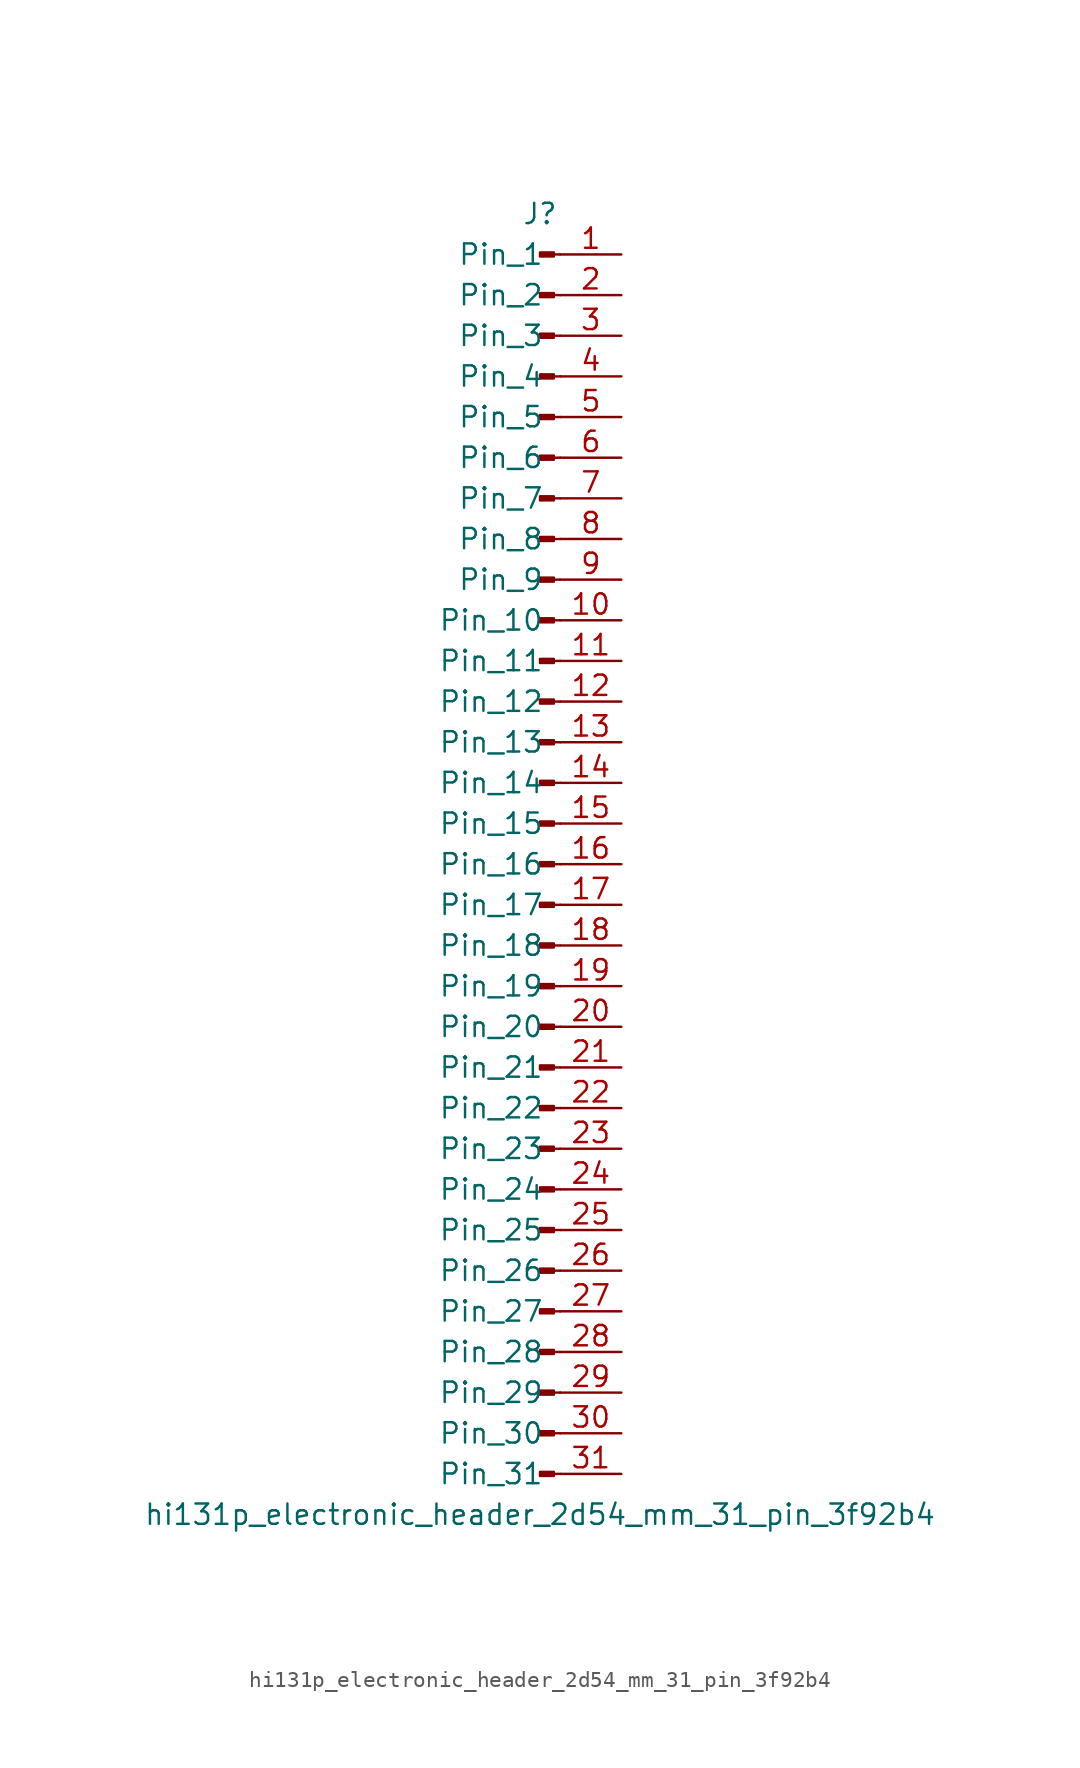
<source format=kicad_sym>
(kicad_symbol_lib
  (version 20220914)
  (generator kicad_symbol_editor)
  (symbol "hi131p_electronic_header_2d54_mm_31_pin_3f92b4"
    (pin_names
      (offset 1.016))
    (property "Reference" "J"
      (at 0 40.64 0)
      (effects (font (size 1.27 1.27))))
    (property "Value" "hi131p_electronic_header_2d54_mm_31_pin_3f92b4"
      (at 0 -40.64 0)
      (effects (font (size 1.27 1.27))))
    (property "ki_locked" ""
      (at 0 0 0)
      (effects (font (size 1.27 1.27))))
    (symbol "hi131p_electronic_header_2d54_mm_31_pin_3f92b4_1_1"
      (polyline (pts (xy 1.27 -38.1) (xy 0.864 -38.1)) (stroke (width 0.152) (type default)) (fill (type none)))
      (polyline (pts (xy 1.27 -35.56) (xy 0.864 -35.56)) (stroke (width 0.152) (type default)) (fill (type none)))
      (polyline (pts (xy 1.27 -33.02) (xy 0.864 -33.02)) (stroke (width 0.152) (type default)) (fill (type none)))
      (polyline (pts (xy 1.27 -30.48) (xy 0.864 -30.48)) (stroke (width 0.152) (type default)) (fill (type none)))
      (polyline (pts (xy 1.27 -27.94) (xy 0.864 -27.94)) (stroke (width 0.152) (type default)) (fill (type none)))
      (polyline (pts (xy 1.27 -25.4) (xy 0.864 -25.4)) (stroke (width 0.152) (type default)) (fill (type none)))
      (polyline (pts (xy 1.27 -22.86) (xy 0.864 -22.86)) (stroke (width 0.152) (type default)) (fill (type none)))
      (polyline (pts (xy 1.27 -20.32) (xy 0.864 -20.32)) (stroke (width 0.152) (type default)) (fill (type none)))
      (polyline (pts (xy 1.27 -17.78) (xy 0.864 -17.78)) (stroke (width 0.152) (type default)) (fill (type none)))
      (polyline (pts (xy 1.27 -15.24) (xy 0.864 -15.24)) (stroke (width 0.152) (type default)) (fill (type none)))
      (polyline (pts (xy 1.27 -12.7) (xy 0.864 -12.7)) (stroke (width 0.152) (type default)) (fill (type none)))
      (polyline (pts (xy 1.27 -10.16) (xy 0.864 -10.16)) (stroke (width 0.152) (type default)) (fill (type none)))
      (polyline (pts (xy 1.27 -7.62) (xy 0.864 -7.62)) (stroke (width 0.152) (type default)) (fill (type none)))
      (polyline (pts (xy 1.27 -5.08) (xy 0.864 -5.08)) (stroke (width 0.152) (type default)) (fill (type none)))
      (polyline (pts (xy 1.27 -2.54) (xy 0.864 -2.54)) (stroke (width 0.152) (type default)) (fill (type none)))
      (polyline (pts (xy 1.27 0) (xy 0.864 0)) (stroke (width 0.152) (type default)) (fill (type none)))
      (polyline (pts (xy 1.27 2.54) (xy 0.864 2.54)) (stroke (width 0.152) (type default)) (fill (type none)))
      (polyline (pts (xy 1.27 5.08) (xy 0.864 5.08)) (stroke (width 0.152) (type default)) (fill (type none)))
      (polyline (pts (xy 1.27 7.62) (xy 0.864 7.62)) (stroke (width 0.152) (type default)) (fill (type none)))
      (polyline (pts (xy 1.27 10.16) (xy 0.864 10.16)) (stroke (width 0.152) (type default)) (fill (type none)))
      (polyline (pts (xy 1.27 12.7) (xy 0.864 12.7)) (stroke (width 0.152) (type default)) (fill (type none)))
      (polyline (pts (xy 1.27 15.24) (xy 0.864 15.24)) (stroke (width 0.152) (type default)) (fill (type none)))
      (polyline (pts (xy 1.27 17.78) (xy 0.864 17.78)) (stroke (width 0.152) (type default)) (fill (type none)))
      (polyline (pts (xy 1.27 20.32) (xy 0.864 20.32)) (stroke (width 0.152) (type default)) (fill (type none)))
      (polyline (pts (xy 1.27 22.86) (xy 0.864 22.86)) (stroke (width 0.152) (type default)) (fill (type none)))
      (polyline (pts (xy 1.27 25.4) (xy 0.864 25.4)) (stroke (width 0.152) (type default)) (fill (type none)))
      (polyline (pts (xy 1.27 27.94) (xy 0.864 27.94)) (stroke (width 0.152) (type default)) (fill (type none)))
      (polyline (pts (xy 1.27 30.48) (xy 0.864 30.48)) (stroke (width 0.152) (type default)) (fill (type none)))
      (polyline (pts (xy 1.27 33.02) (xy 0.864 33.02)) (stroke (width 0.152) (type default)) (fill (type none)))
      (polyline (pts (xy 1.27 35.56) (xy 0.864 35.56)) (stroke (width 0.152) (type default)) (fill (type none)))
      (polyline (pts (xy 1.27 38.1) (xy 0.864 38.1)) (stroke (width 0.152) (type default)) (fill (type none)))
      (rectangle (start 0.864 -37.973) (end 0 -38.227) (stroke (width 0.152) (type default)) (fill (type outline)))
      (rectangle (start 0.864 -35.433) (end 0 -35.687) (stroke (width 0.152) (type default)) (fill (type outline)))
      (rectangle (start 0.864 -32.893) (end 0 -33.147) (stroke (width 0.152) (type default)) (fill (type outline)))
      (rectangle (start 0.864 -30.353) (end 0 -30.607) (stroke (width 0.152) (type default)) (fill (type outline)))
      (rectangle (start 0.864 -27.813) (end 0 -28.067) (stroke (width 0.152) (type default)) (fill (type outline)))
      (rectangle (start 0.864 -25.273) (end 0 -25.527) (stroke (width 0.152) (type default)) (fill (type outline)))
      (rectangle (start 0.864 -22.733) (end 0 -22.987) (stroke (width 0.152) (type default)) (fill (type outline)))
      (rectangle (start 0.864 -20.193) (end 0 -20.447) (stroke (width 0.152) (type default)) (fill (type outline)))
      (rectangle (start 0.864 -17.653) (end 0 -17.907) (stroke (width 0.152) (type default)) (fill (type outline)))
      (rectangle (start 0.864 -15.113) (end 0 -15.367) (stroke (width 0.152) (type default)) (fill (type outline)))
      (rectangle (start 0.864 -12.573) (end 0 -12.827) (stroke (width 0.152) (type default)) (fill (type outline)))
      (rectangle (start 0.864 -10.033) (end 0 -10.287) (stroke (width 0.152) (type default)) (fill (type outline)))
      (rectangle (start 0.864 -7.493) (end 0 -7.747) (stroke (width 0.152) (type default)) (fill (type outline)))
      (rectangle (start 0.864 -4.953) (end 0 -5.207) (stroke (width 0.152) (type default)) (fill (type outline)))
      (rectangle (start 0.864 -2.413) (end 0 -2.667) (stroke (width 0.152) (type default)) (fill (type outline)))
      (rectangle (start 0.864 0.127) (end 0 -0.127) (stroke (width 0.152) (type default)) (fill (type outline)))
      (rectangle (start 0.864 2.667) (end 0 2.413) (stroke (width 0.152) (type default)) (fill (type outline)))
      (rectangle (start 0.864 5.207) (end 0 4.953) (stroke (width 0.152) (type default)) (fill (type outline)))
      (rectangle (start 0.864 7.747) (end 0 7.493) (stroke (width 0.152) (type default)) (fill (type outline)))
      (rectangle (start 0.864 10.287) (end 0 10.033) (stroke (width 0.152) (type default)) (fill (type outline)))
      (rectangle (start 0.864 12.827) (end 0 12.573) (stroke (width 0.152) (type default)) (fill (type outline)))
      (rectangle (start 0.864 15.367) (end 0 15.113) (stroke (width 0.152) (type default)) (fill (type outline)))
      (rectangle (start 0.864 17.907) (end 0 17.653) (stroke (width 0.152) (type default)) (fill (type outline)))
      (rectangle (start 0.864 20.447) (end 0 20.193) (stroke (width 0.152) (type default)) (fill (type outline)))
      (rectangle (start 0.864 22.987) (end 0 22.733) (stroke (width 0.152) (type default)) (fill (type outline)))
      (rectangle (start 0.864 25.527) (end 0 25.273) (stroke (width 0.152) (type default)) (fill (type outline)))
      (rectangle (start 0.864 28.067) (end 0 27.813) (stroke (width 0.152) (type default)) (fill (type outline)))
      (rectangle (start 0.864 30.607) (end 0 30.353) (stroke (width 0.152) (type default)) (fill (type outline)))
      (rectangle (start 0.864 33.147) (end 0 32.893) (stroke (width 0.152) (type default)) (fill (type outline)))
      (rectangle (start 0.864 35.687) (end 0 35.433) (stroke (width 0.152) (type default)) (fill (type outline)))
      (rectangle (start 0.864 38.227) (end 0 37.973) (stroke (width 0.152) (type default)) (fill (type outline)))
      (pin passive line (at 5.08 38.1 180) (length 3.81) (name "Pin_1" (effects (font (size 1.27 1.27)))) (number "1" (effects (font (size 1.27 1.27)))))
      (pin passive line (at 5.08 15.24 180) (length 3.81) (name "Pin_10" (effects (font (size 1.27 1.27)))) (number "10" (effects (font (size 1.27 1.27)))))
      (pin passive line (at 5.08 12.7 180) (length 3.81) (name "Pin_11" (effects (font (size 1.27 1.27)))) (number "11" (effects (font (size 1.27 1.27)))))
      (pin passive line (at 5.08 10.16 180) (length 3.81) (name "Pin_12" (effects (font (size 1.27 1.27)))) (number "12" (effects (font (size 1.27 1.27)))))
      (pin passive line (at 5.08 7.62 180) (length 3.81) (name "Pin_13" (effects (font (size 1.27 1.27)))) (number "13" (effects (font (size 1.27 1.27)))))
      (pin passive line (at 5.08 5.08 180) (length 3.81) (name "Pin_14" (effects (font (size 1.27 1.27)))) (number "14" (effects (font (size 1.27 1.27)))))
      (pin passive line (at 5.08 2.54 180) (length 3.81) (name "Pin_15" (effects (font (size 1.27 1.27)))) (number "15" (effects (font (size 1.27 1.27)))))
      (pin passive line (at 5.08 0 180) (length 3.81) (name "Pin_16" (effects (font (size 1.27 1.27)))) (number "16" (effects (font (size 1.27 1.27)))))
      (pin passive line (at 5.08 -2.54 180) (length 3.81) (name "Pin_17" (effects (font (size 1.27 1.27)))) (number "17" (effects (font (size 1.27 1.27)))))
      (pin passive line (at 5.08 -5.08 180) (length 3.81) (name "Pin_18" (effects (font (size 1.27 1.27)))) (number "18" (effects (font (size 1.27 1.27)))))
      (pin passive line (at 5.08 -7.62 180) (length 3.81) (name "Pin_19" (effects (font (size 1.27 1.27)))) (number "19" (effects (font (size 1.27 1.27)))))
      (pin passive line (at 5.08 35.56 180) (length 3.81) (name "Pin_2" (effects (font (size 1.27 1.27)))) (number "2" (effects (font (size 1.27 1.27)))))
      (pin passive line (at 5.08 -10.16 180) (length 3.81) (name "Pin_20" (effects (font (size 1.27 1.27)))) (number "20" (effects (font (size 1.27 1.27)))))
      (pin passive line (at 5.08 -12.7 180) (length 3.81) (name "Pin_21" (effects (font (size 1.27 1.27)))) (number "21" (effects (font (size 1.27 1.27)))))
      (pin passive line (at 5.08 -15.24 180) (length 3.81) (name "Pin_22" (effects (font (size 1.27 1.27)))) (number "22" (effects (font (size 1.27 1.27)))))
      (pin passive line (at 5.08 -17.78 180) (length 3.81) (name "Pin_23" (effects (font (size 1.27 1.27)))) (number "23" (effects (font (size 1.27 1.27)))))
      (pin passive line (at 5.08 -20.32 180) (length 3.81) (name "Pin_24" (effects (font (size 1.27 1.27)))) (number "24" (effects (font (size 1.27 1.27)))))
      (pin passive line (at 5.08 -22.86 180) (length 3.81) (name "Pin_25" (effects (font (size 1.27 1.27)))) (number "25" (effects (font (size 1.27 1.27)))))
      (pin passive line (at 5.08 -25.4 180) (length 3.81) (name "Pin_26" (effects (font (size 1.27 1.27)))) (number "26" (effects (font (size 1.27 1.27)))))
      (pin passive line (at 5.08 -27.94 180) (length 3.81) (name "Pin_27" (effects (font (size 1.27 1.27)))) (number "27" (effects (font (size 1.27 1.27)))))
      (pin passive line (at 5.08 -30.48 180) (length 3.81) (name "Pin_28" (effects (font (size 1.27 1.27)))) (number "28" (effects (font (size 1.27 1.27)))))
      (pin passive line (at 5.08 -33.02 180) (length 3.81) (name "Pin_29" (effects (font (size 1.27 1.27)))) (number "29" (effects (font (size 1.27 1.27)))))
      (pin passive line (at 5.08 33.02 180) (length 3.81) (name "Pin_3" (effects (font (size 1.27 1.27)))) (number "3" (effects (font (size 1.27 1.27)))))
      (pin passive line (at 5.08 -35.56 180) (length 3.81) (name "Pin_30" (effects (font (size 1.27 1.27)))) (number "30" (effects (font (size 1.27 1.27)))))
      (pin passive line (at 5.08 -38.1 180) (length 3.81) (name "Pin_31" (effects (font (size 1.27 1.27)))) (number "31" (effects (font (size 1.27 1.27)))))
      (pin passive line (at 5.08 30.48 180) (length 3.81) (name "Pin_4" (effects (font (size 1.27 1.27)))) (number "4" (effects (font (size 1.27 1.27)))))
      (pin passive line (at 5.08 27.94 180) (length 3.81) (name "Pin_5" (effects (font (size 1.27 1.27)))) (number "5" (effects (font (size 1.27 1.27)))))
      (pin passive line (at 5.08 25.4 180) (length 3.81) (name "Pin_6" (effects (font (size 1.27 1.27)))) (number "6" (effects (font (size 1.27 1.27)))))
      (pin passive line (at 5.08 22.86 180) (length 3.81) (name "Pin_7" (effects (font (size 1.27 1.27)))) (number "7" (effects (font (size 1.27 1.27)))))
      (pin passive line (at 5.08 20.32 180) (length 3.81) (name "Pin_8" (effects (font (size 1.27 1.27)))) (number "8" (effects (font (size 1.27 1.27)))))
      (pin passive line (at 5.08 17.78 180) (length 3.81) (name "Pin_9" (effects (font (size 1.27 1.27)))) (number "9" (effects (font (size 1.27 1.27))))))))
</source>
